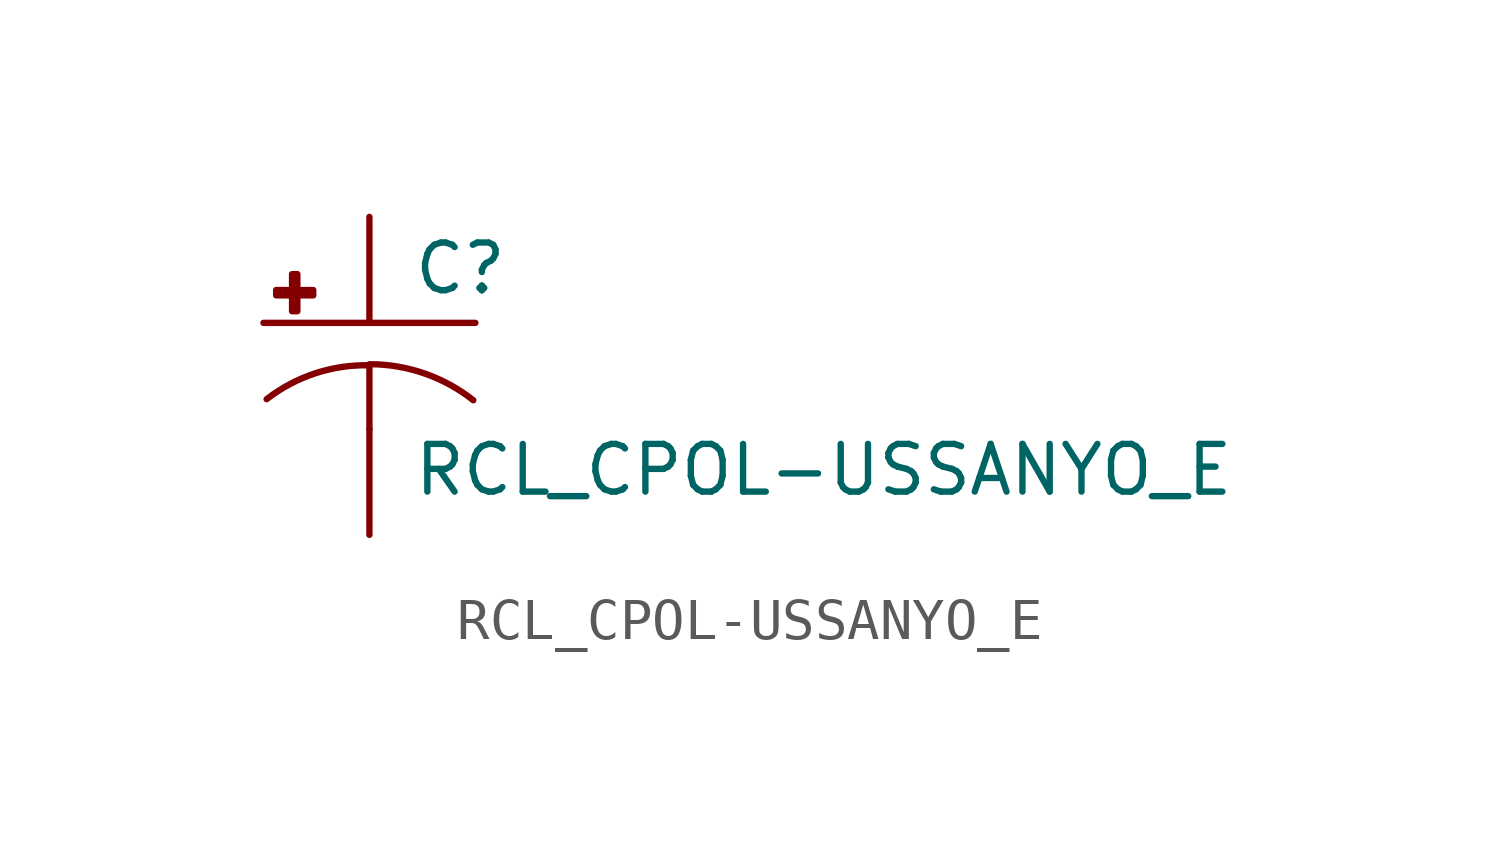
<source format=kicad_sym>
(kicad_symbol_lib
  (version 20210619)
  (generator kicad_symbol_editor)
  (symbol "RCL_CPOL-USSANYO_E"
    (pin_numbers hide)
    (pin_names
      (offset 1.016) hide)
    (property "Reference" "C"
      (at 1.016 0.635 0)
      (effects (font (size 1.143 1.143)) (justify left bottom)))
    (property "Value" "RCL_CPOL-USSANYO_E"
      (at 1.016 -4.191 0)
      (effects (font (size 1.143 1.143)) (justify left bottom)))
    (property "ki_locked" ""
      (at 0 0 0)
      (effects (font (size 1.27 1.27))))
    (symbol "RCL_CPOL-USSANYO_E_1_0"
      (polyline (pts (xy -2.54 0) (xy 2.54 0)) (stroke (width 0)) (fill (type none)))
      (polyline (pts (xy 0 -1.016) (xy 0 -2.54)) (stroke (width 0)) (fill (type none)))
      (polyline (pts (xy 0 -1.016) (xy 0 -1.016)) (stroke (width 0)) (fill (type none))))
    (symbol "RCL_CPOL-USSANYO_E_1_1"
      (arc (start 0 -1.016) (end -2.4638 -1.8288) (radius (at 0 -5.0546) (length 4.0386) (angles 90.1 127.3)) (stroke (width 0)) (fill (type none)))
      (arc (start 2.4892 -1.8542) (end 0 -0.9906) (radius (at 0 -5.0292) (length 4.0386) (angles 52.3 89.9)) (stroke (width 0)) (fill (type none)))
      (rectangle (start -2.235 0.66) (end -1.346 0.787) (stroke (width 0)) (fill (type outline)))
      (rectangle (start -1.854 0.279) (end -1.727 1.168) (stroke (width 0)) (fill (type outline)))
      (pin passive line (at 0 2.54 270) (length 2.54) (name "+" (effects (font (size 1.016 1.016)))) (number "+" (effects (font (size 1.016 1.016)))))
      (pin passive line (at 0 -5.08 90) (length 2.54) (name "-" (effects (font (size 1.016 1.016)))) (number "-" (effects (font (size 1.016 1.016))))))))
</source>
